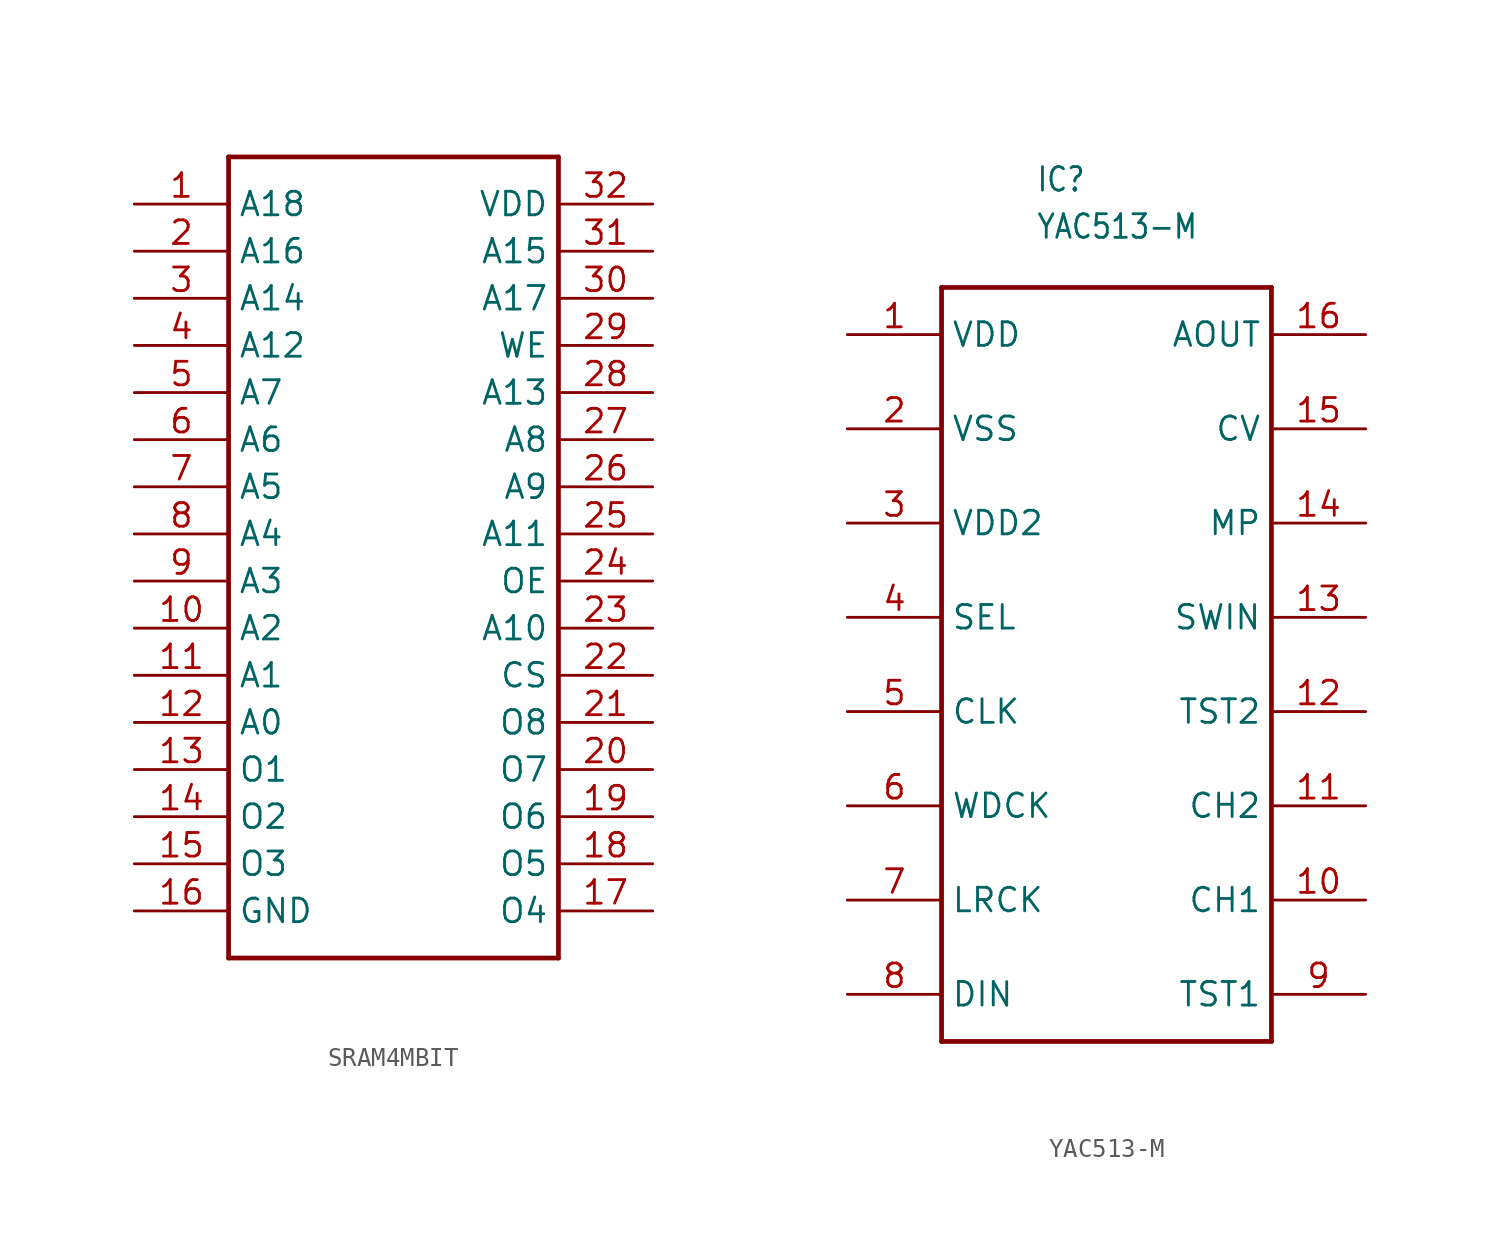
<source format=kicad_sym>
(kicad_symbol_lib
  (version 20211014)
  (generator kicad_symbol_editor)
  (symbol "SRAM4MBIT"
    (property "Reference" ""
      (at 0 0 0)
      (effects (font (size 1.27 1.27)) hide))
    (property "ki_locked" ""
      (at 0 0 0)
      (effects (font (size 1.27 1.27))))
    (symbol "SRAM4MBIT_1_0"
      (polyline (pts (xy -20.32 -12.7) (xy -20.32 30.48)) (stroke (width 0.254) (type default) (color 0 0 0 0)) (fill (type none)))
      (polyline (pts (xy -20.32 30.48) (xy -2.54 30.48)) (stroke (width 0.254) (type default) (color 0 0 0 0)) (fill (type none)))
      (polyline (pts (xy -2.54 -12.7) (xy -20.32 -12.7)) (stroke (width 0.254) (type default) (color 0 0 0 0)) (fill (type none)))
      (polyline (pts (xy -2.54 30.48) (xy -2.54 -12.7)) (stroke (width 0.254) (type default) (color 0 0 0 0)) (fill (type none)))
      (pin bidirectional line (at -25.4 27.94 0) (length 5.08) (name "A18" (effects (font (size 1.27 1.27)))) (number "1" (effects (font (size 1.27 1.27)))))
      (pin bidirectional line (at -25.4 5.08 0) (length 5.08) (name "A2" (effects (font (size 1.27 1.27)))) (number "10" (effects (font (size 1.27 1.27)))))
      (pin bidirectional line (at -25.4 2.54 0) (length 5.08) (name "A1" (effects (font (size 1.27 1.27)))) (number "11" (effects (font (size 1.27 1.27)))))
      (pin bidirectional line (at -25.4 0 0) (length 5.08) (name "A0" (effects (font (size 1.27 1.27)))) (number "12" (effects (font (size 1.27 1.27)))))
      (pin bidirectional line (at -25.4 -2.54 0) (length 5.08) (name "O1" (effects (font (size 1.27 1.27)))) (number "13" (effects (font (size 1.27 1.27)))))
      (pin bidirectional line (at -25.4 -5.08 0) (length 5.08) (name "O2" (effects (font (size 1.27 1.27)))) (number "14" (effects (font (size 1.27 1.27)))))
      (pin bidirectional line (at -25.4 -7.62 0) (length 5.08) (name "O3" (effects (font (size 1.27 1.27)))) (number "15" (effects (font (size 1.27 1.27)))))
      (pin bidirectional line (at -25.4 -10.16 0) (length 5.08) (name "GND" (effects (font (size 1.27 1.27)))) (number "16" (effects (font (size 1.27 1.27)))))
      (pin bidirectional line (at 2.54 -10.16 180) (length 5.08) (name "O4" (effects (font (size 1.27 1.27)))) (number "17" (effects (font (size 1.27 1.27)))))
      (pin bidirectional line (at 2.54 -7.62 180) (length 5.08) (name "O5" (effects (font (size 1.27 1.27)))) (number "18" (effects (font (size 1.27 1.27)))))
      (pin bidirectional line (at 2.54 -5.08 180) (length 5.08) (name "O6" (effects (font (size 1.27 1.27)))) (number "19" (effects (font (size 1.27 1.27)))))
      (pin bidirectional line (at -25.4 25.4 0) (length 5.08) (name "A16" (effects (font (size 1.27 1.27)))) (number "2" (effects (font (size 1.27 1.27)))))
      (pin bidirectional line (at 2.54 -2.54 180) (length 5.08) (name "O7" (effects (font (size 1.27 1.27)))) (number "20" (effects (font (size 1.27 1.27)))))
      (pin bidirectional line (at 2.54 0 180) (length 5.08) (name "O8" (effects (font (size 1.27 1.27)))) (number "21" (effects (font (size 1.27 1.27)))))
      (pin bidirectional line (at 2.54 2.54 180) (length 5.08) (name "CS" (effects (font (size 1.27 1.27)))) (number "22" (effects (font (size 1.27 1.27)))))
      (pin bidirectional line (at 2.54 5.08 180) (length 5.08) (name "A10" (effects (font (size 1.27 1.27)))) (number "23" (effects (font (size 1.27 1.27)))))
      (pin bidirectional line (at 2.54 7.62 180) (length 5.08) (name "OE" (effects (font (size 1.27 1.27)))) (number "24" (effects (font (size 1.27 1.27)))))
      (pin bidirectional line (at 2.54 10.16 180) (length 5.08) (name "A11" (effects (font (size 1.27 1.27)))) (number "25" (effects (font (size 1.27 1.27)))))
      (pin bidirectional line (at 2.54 12.7 180) (length 5.08) (name "A9" (effects (font (size 1.27 1.27)))) (number "26" (effects (font (size 1.27 1.27)))))
      (pin bidirectional line (at 2.54 15.24 180) (length 5.08) (name "A8" (effects (font (size 1.27 1.27)))) (number "27" (effects (font (size 1.27 1.27)))))
      (pin bidirectional line (at 2.54 17.78 180) (length 5.08) (name "A13" (effects (font (size 1.27 1.27)))) (number "28" (effects (font (size 1.27 1.27)))))
      (pin bidirectional line (at 2.54 20.32 180) (length 5.08) (name "WE" (effects (font (size 1.27 1.27)))) (number "29" (effects (font (size 1.27 1.27)))))
      (pin bidirectional line (at -25.4 22.86 0) (length 5.08) (name "A14" (effects (font (size 1.27 1.27)))) (number "3" (effects (font (size 1.27 1.27)))))
      (pin bidirectional line (at 2.54 22.86 180) (length 5.08) (name "A17" (effects (font (size 1.27 1.27)))) (number "30" (effects (font (size 1.27 1.27)))))
      (pin bidirectional line (at 2.54 25.4 180) (length 5.08) (name "A15" (effects (font (size 1.27 1.27)))) (number "31" (effects (font (size 1.27 1.27)))))
      (pin bidirectional line (at 2.54 27.94 180) (length 5.08) (name "VDD" (effects (font (size 1.27 1.27)))) (number "32" (effects (font (size 1.27 1.27)))))
      (pin bidirectional line (at -25.4 20.32 0) (length 5.08) (name "A12" (effects (font (size 1.27 1.27)))) (number "4" (effects (font (size 1.27 1.27)))))
      (pin bidirectional line (at -25.4 17.78 0) (length 5.08) (name "A7" (effects (font (size 1.27 1.27)))) (number "5" (effects (font (size 1.27 1.27)))))
      (pin bidirectional line (at -25.4 15.24 0) (length 5.08) (name "A6" (effects (font (size 1.27 1.27)))) (number "6" (effects (font (size 1.27 1.27)))))
      (pin bidirectional line (at -25.4 12.7 0) (length 5.08) (name "A5" (effects (font (size 1.27 1.27)))) (number "7" (effects (font (size 1.27 1.27)))))
      (pin bidirectional line (at -25.4 10.16 0) (length 5.08) (name "A4" (effects (font (size 1.27 1.27)))) (number "8" (effects (font (size 1.27 1.27)))))
      (pin bidirectional line (at -25.4 7.62 0) (length 5.08) (name "A3" (effects (font (size 1.27 1.27)))) (number "9" (effects (font (size 1.27 1.27)))))))
  (symbol "YAC513-M"
    (property "Reference" "IC"
      (at -7.62 27.94 0)
      (effects (font (size 1.27 1.079)) (justify left bottom)))
    (property "Value" "YAC513-M"
      (at -7.62 25.4 0)
      (effects (font (size 1.27 1.079)) (justify left bottom)))
    (property "ki_locked" ""
      (at 0 0 0)
      (effects (font (size 1.27 1.27))))
    (symbol "YAC513-M_1_0"
      (polyline (pts (xy -12.7 -17.78) (xy -12.7 22.86)) (stroke (width 0.254) (type default) (color 0 0 0 0)) (fill (type none)))
      (polyline (pts (xy -12.7 22.86) (xy 5.08 22.86)) (stroke (width 0.254) (type default) (color 0 0 0 0)) (fill (type none)))
      (polyline (pts (xy 5.08 -17.78) (xy -12.7 -17.78)) (stroke (width 0.254) (type default) (color 0 0 0 0)) (fill (type none)))
      (polyline (pts (xy 5.08 22.86) (xy 5.08 -17.78)) (stroke (width 0.254) (type default) (color 0 0 0 0)) (fill (type none)))
      (pin power_in line (at -17.78 20.32 0) (length 5.08) (name "VDD" (effects (font (size 1.27 1.27)))) (number "1" (effects (font (size 1.27 1.27)))))
      (pin output line (at 10.16 -10.16 180) (length 5.08) (name "CH1" (effects (font (size 1.27 1.27)))) (number "10" (effects (font (size 1.27 1.27)))))
      (pin output line (at 10.16 -5.08 180) (length 5.08) (name "CH2" (effects (font (size 1.27 1.27)))) (number "11" (effects (font (size 1.27 1.27)))))
      (pin input line (at 10.16 0 180) (length 5.08) (name "TST2" (effects (font (size 1.27 1.27)))) (number "12" (effects (font (size 1.27 1.27)))))
      (pin input line (at 10.16 5.08 180) (length 5.08) (name "SWIN" (effects (font (size 1.27 1.27)))) (number "13" (effects (font (size 1.27 1.27)))))
      (pin input line (at 10.16 10.16 180) (length 5.08) (name "MP" (effects (font (size 1.27 1.27)))) (number "14" (effects (font (size 1.27 1.27)))))
      (pin input line (at 10.16 15.24 180) (length 5.08) (name "CV" (effects (font (size 1.27 1.27)))) (number "15" (effects (font (size 1.27 1.27)))))
      (pin output line (at 10.16 20.32 180) (length 5.08) (name "AOUT" (effects (font (size 1.27 1.27)))) (number "16" (effects (font (size 1.27 1.27)))))
      (pin power_in line (at -17.78 15.24 0) (length 5.08) (name "VSS" (effects (font (size 1.27 1.27)))) (number "2" (effects (font (size 1.27 1.27)))))
      (pin power_in line (at -17.78 10.16 0) (length 5.08) (name "VDD2" (effects (font (size 1.27 1.27)))) (number "3" (effects (font (size 1.27 1.27)))))
      (pin input line (at -17.78 5.08 0) (length 5.08) (name "SEL" (effects (font (size 1.27 1.27)))) (number "4" (effects (font (size 1.27 1.27)))))
      (pin input line (at -17.78 0 0) (length 5.08) (name "CLK" (effects (font (size 1.27 1.27)))) (number "5" (effects (font (size 1.27 1.27)))))
      (pin input line (at -17.78 -5.08 0) (length 5.08) (name "WDCK" (effects (font (size 1.27 1.27)))) (number "6" (effects (font (size 1.27 1.27)))))
      (pin input line (at -17.78 -10.16 0) (length 5.08) (name "LRCK" (effects (font (size 1.27 1.27)))) (number "7" (effects (font (size 1.27 1.27)))))
      (pin input line (at -17.78 -15.24 0) (length 5.08) (name "DIN" (effects (font (size 1.27 1.27)))) (number "8" (effects (font (size 1.27 1.27)))))
      (pin input line (at 10.16 -15.24 180) (length 5.08) (name "TST1" (effects (font (size 1.27 1.27)))) (number "9" (effects (font (size 1.27 1.27))))))))
</source>
